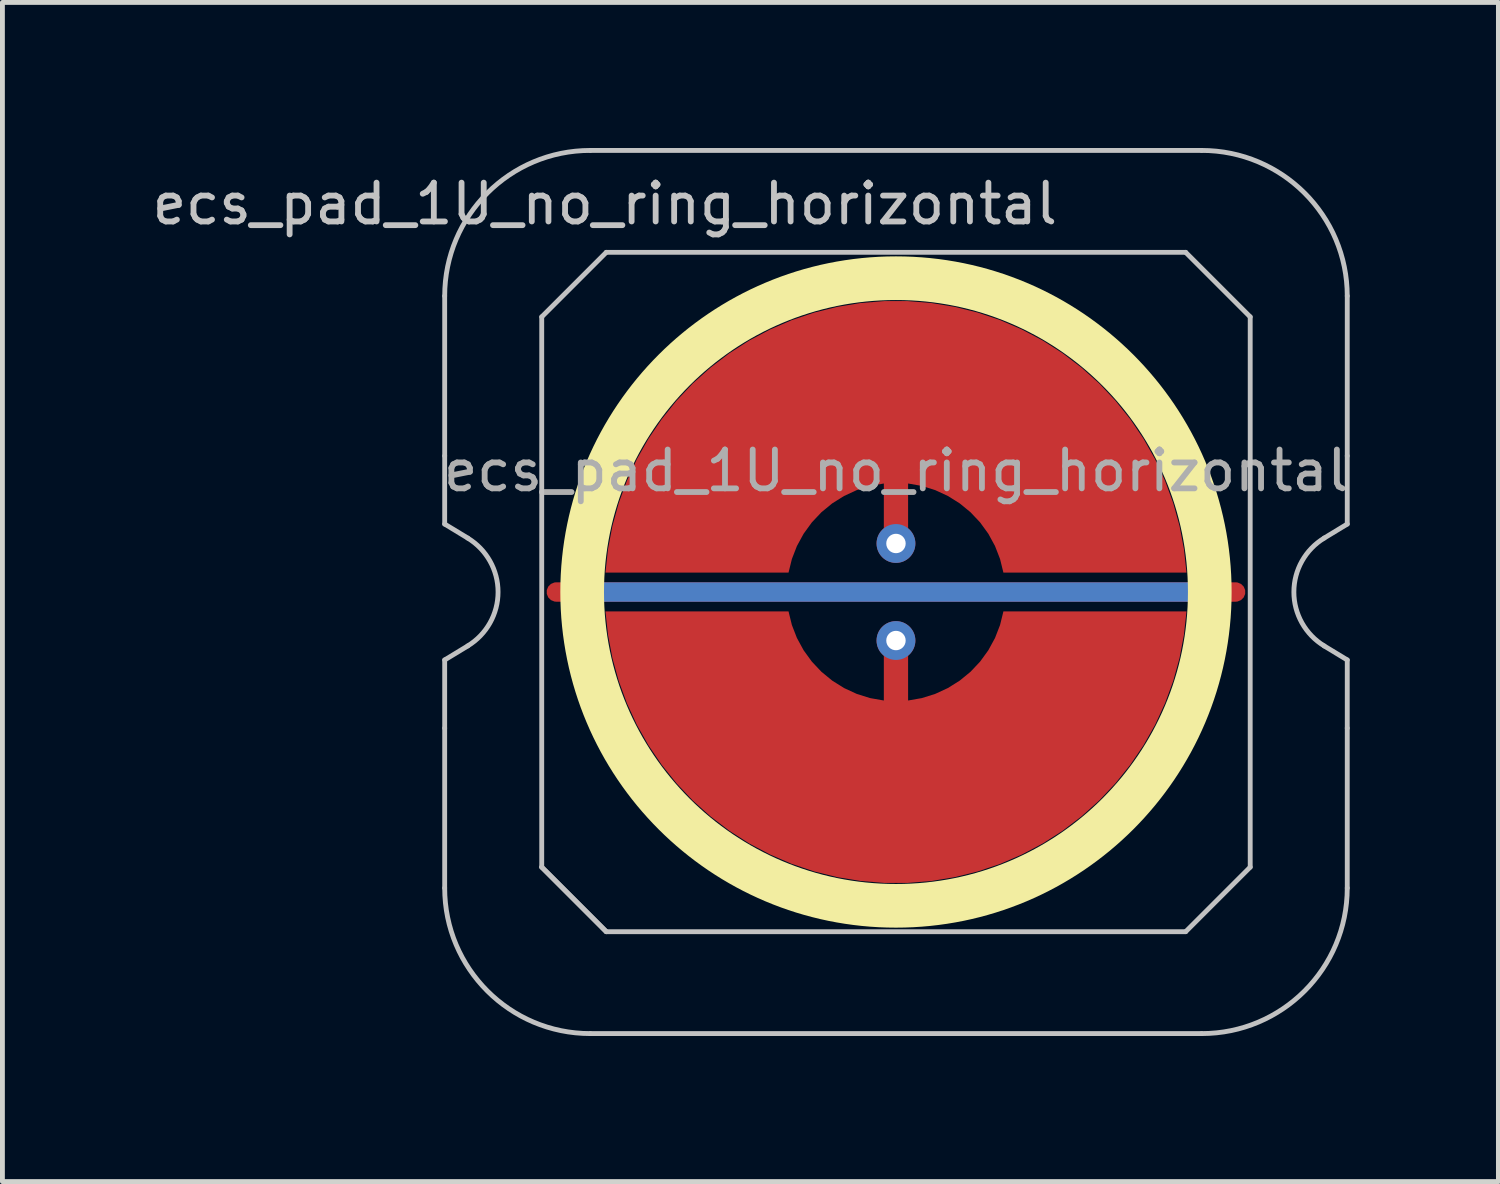
<source format=kicad_pcb>
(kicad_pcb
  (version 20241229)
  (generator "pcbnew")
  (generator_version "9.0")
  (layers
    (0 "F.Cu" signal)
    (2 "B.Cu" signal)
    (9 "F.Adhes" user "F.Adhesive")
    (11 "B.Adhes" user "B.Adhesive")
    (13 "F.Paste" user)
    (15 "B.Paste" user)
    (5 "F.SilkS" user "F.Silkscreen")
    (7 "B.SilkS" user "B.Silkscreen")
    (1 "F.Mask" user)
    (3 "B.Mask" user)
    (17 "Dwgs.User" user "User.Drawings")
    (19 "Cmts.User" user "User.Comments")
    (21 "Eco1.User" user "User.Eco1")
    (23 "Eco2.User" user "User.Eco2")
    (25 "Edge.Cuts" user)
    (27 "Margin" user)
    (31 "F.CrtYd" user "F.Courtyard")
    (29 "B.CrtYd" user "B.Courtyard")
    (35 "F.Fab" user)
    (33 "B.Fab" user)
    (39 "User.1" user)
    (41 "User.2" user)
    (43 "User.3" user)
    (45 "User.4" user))
  (footprint "ecs_pad_1U_no_ring_horizontal"
    (layer "F.Cu")
    (at 15.414 9.15)
    (property "Reference" "ecs_pad_1U_no_ring_horizontal" (at -6 -8 0) (layer "Dwgs.User") (effects (font (size 0.8 0.8) (thickness 0.12))))
    (attr smd)
    (fp_circle (center 0 0) (end 6.467 0) (stroke (width 0.9) (type solid)) (fill no) (layer "F.SilkS"))
    (fp_line (start -9.3 -2.805) (end -9.3 -6.1) (stroke (width 0.1) (type solid)) (layer "Dwgs.User"))
    (fp_line (start -9.3 -1.4) (end -9.3 -2.805) (stroke (width 0.1) (type solid)) (layer "Dwgs.User"))
    (fp_line (start -9.3 1.4) (end -8.824 1.111) (stroke (width 0.1) (type solid)) (layer "Dwgs.User"))
    (fp_line (start -9.3 2.805) (end -9.3 1.4) (stroke (width 0.1) (type solid)) (layer "Dwgs.User"))
    (fp_line (start -9.3 6.1) (end -9.3 2.805) (stroke (width 0.1) (type solid)) (layer "Dwgs.User"))
    (fp_line (start -8.824 -1.111) (end -9.3 -1.4) (stroke (width 0.1) (type solid)) (layer "Dwgs.User"))
    (fp_line (start -7.3 -5.67) (end -5.97 -7) (stroke (width 0.1) (type solid)) (layer "Dwgs.User"))
    (fp_line (start -7.3 5.67) (end -7.3 -5.67) (stroke (width 0.1) (type solid)) (layer "Dwgs.User"))
    (fp_line (start -7.3 5.67) (end -5.97 7) (stroke (width 0.1) (type solid)) (layer "Dwgs.User"))
    (fp_line (start -6.3 -9.1) (end 6.3 -9.1) (stroke (width 0.1) (type solid)) (layer "Dwgs.User"))
    (fp_line (start -5.97 -7) (end 5.97 -7) (stroke (width 0.1) (type solid)) (layer "Dwgs.User"))
    (fp_line (start -5.97 7) (end -7.3 5.67) (stroke (width 0.1) (type solid)) (layer "Dwgs.User"))
    (fp_line (start 5.97 -7) (end 7.3 -5.67) (stroke (width 0.1) (type solid)) (layer "Dwgs.User"))
    (fp_line (start 5.97 7) (end -5.97 7) (stroke (width 0.1) (type solid)) (layer "Dwgs.User"))
    (fp_line (start 6.3 9.1) (end -6.3 9.1) (stroke (width 0.1) (type solid)) (layer "Dwgs.User"))
    (fp_line (start 7.3 -5.67) (end 7.3 5.67) (stroke (width 0.1) (type solid)) (layer "Dwgs.User"))
    (fp_line (start 7.3 5.67) (end 5.97 7) (stroke (width 0.1) (type solid)) (layer "Dwgs.User"))
    (fp_line (start 8.824 1.111) (end 9.3 1.4) (stroke (width 0.1) (type solid)) (layer "Dwgs.User"))
    (fp_line (start 9.3 -6.1) (end 9.3 -2.805) (stroke (width 0.1) (type solid)) (layer "Dwgs.User"))
    (fp_line (start 9.3 -2.805) (end 9.3 -1.4) (stroke (width 0.1) (type solid)) (layer "Dwgs.User"))
    (fp_line (start 9.3 -1.4) (end 8.824 -1.111) (stroke (width 0.1) (type solid)) (layer "Dwgs.User"))
    (fp_line (start 9.3 1.4) (end 9.3 2.805) (stroke (width 0.1) (type solid)) (layer "Dwgs.User"))
    (fp_line (start 9.3 2.805) (end 9.3 6.1) (stroke (width 0.1) (type solid)) (layer "Dwgs.User"))
    (fp_arc (start -9.3 -6.1) (mid -8.42132 -8.22132) (end -6.3 -9.1) (stroke (width 0.1) (type solid)) (layer "Dwgs.User"))
    (fp_arc (start -8.824333 -1.110619) (mid -8.2 0) (end -8.824333 1.110619) (stroke (width 0.1) (type solid)) (layer "Dwgs.User"))
    (fp_arc (start -6.3 9.1) (mid -8.42132 8.22132) (end -9.3 6.1) (stroke (width 0.1) (type solid)) (layer "Dwgs.User"))
    (fp_arc (start 6.3 -9.1) (mid 8.42132 -8.22132) (end 9.3 -6.1) (stroke (width 0.1) (type solid)) (layer "Dwgs.User"))
    (fp_arc (start 8.824333 1.110619) (mid 8.2 0) (end 8.824333 -1.110619) (stroke (width 0.1) (type solid)) (layer "Dwgs.User"))
    (fp_arc (start 9.3 6.1) (mid 8.42132 8.22132) (end 6.3 9.1) (stroke (width 0.1) (type solid)) (layer "Dwgs.User"))
    (fp_text user "${REFERENCE}" (at 0 -2.5 0) (layer "F.Fab") (effects (font (size 0.8 0.8) (thickness 0.12))))
    (pad "1" smd custom (at 0 1 90) (size 0.4 0.4) (layers "F.Cu") (options (anchor circle)) (primitives (gr_poly (pts (xy 0.6 -2.214) (xy 0.32 -2.145) (xy 0.052 -2.041) (xy -0.201 -1.903) (xy -0.434 -1.734) (xy -0.644 -1.536) (xy -0.826 -1.314) (xy -0.979 -1.07) (xy -1.1 -0.808) (xy -1.186 -0.534) (xy -1.236 -0.25) (xy 0 -0.25) (xy 0.096 -0.231) (xy 0.177 -0.177) (xy 0.231 -0.096) (xy 0.25 0) (xy 0.231 0.096) (xy 0.177 0.177) (xy 0.096 0.231) (xy 0 0.25) (xy -1.236 0.25) (xy -1.186 0.534) (xy -1.1 0.808) (xy -0.979 1.07) (xy -0.826 1.314) (xy -0.644 1.536) (xy -0.434 1.734) (xy -0.201 1.903) (xy 0.052 2.041) (xy 0.32 2.145) (xy 0.6 2.214) (xy 0.6 5.987) (xy 0.115 5.934) (xy -0.364 5.843) (xy -0.834 5.713) (xy -1.292 5.545) (xy -1.735 5.341) (xy -2.159 5.101) (xy -2.563 4.827) (xy -2.943 4.522) (xy -3.298 4.187) (xy -3.623 3.824) (xy -3.919 3.436) (xy -4.182 3.025) (xy -4.41 2.594) (xy -4.603 2.147) (xy -4.759 1.684) (xy -4.876 1.211) (xy -4.955 0.73) (xy -4.995 0.244) (xy -4.995 -0.244) (xy -4.955 -0.73) (xy -4.876 -1.211) (xy -4.759 -1.684) (xy -4.603 -2.147) (xy -4.41 -2.594) (xy -4.182 -3.025) (xy -3.919 -3.436) (xy -3.623 -3.824) (xy -3.298 -4.187) (xy -2.943 -4.522) (xy -2.563 -4.827) (xy -2.159 -5.101) (xy -1.735 -5.341) (xy -1.292 -5.545) (xy -0.834 -5.713) (xy -0.364 -5.843) (xy 0.115 -5.934) (xy 0.6 -5.987)) (width 0) (fill yes))))
    (pad "1" thru_hole circle (at 0 1 90) (size 0.8 0.8) (drill 0.4) (layers "*.Cu"))
    (pad "2" smd custom (at 0 -1 270) (size 0.4 0.4) (layers "F.Cu") (options (anchor circle)) (primitives (gr_poly (pts (xy 0.6 -2.214) (xy 0.32 -2.145) (xy 0.052 -2.041) (xy -0.201 -1.903) (xy -0.434 -1.734) (xy -0.644 -1.536) (xy -0.826 -1.314) (xy -0.979 -1.07) (xy -1.1 -0.808) (xy -1.186 -0.534) (xy -1.236 -0.25) (xy 0 -0.25) (xy 0.096 -0.231) (xy 0.177 -0.177) (xy 0.231 -0.096) (xy 0.25 0) (xy 0.231 0.096) (xy 0.177 0.177) (xy 0.096 0.231) (xy 0 0.25) (xy -1.236 0.25) (xy -1.186 0.534) (xy -1.1 0.808) (xy -0.979 1.07) (xy -0.826 1.314) (xy -0.644 1.536) (xy -0.434 1.734) (xy -0.201 1.903) (xy 0.052 2.041) (xy 0.32 2.145) (xy 0.6 2.214) (xy 0.6 5.987) (xy 0.115 5.934) (xy -0.364 5.843) (xy -0.834 5.713) (xy -1.292 5.545) (xy -1.735 5.341) (xy -2.159 5.101) (xy -2.563 4.827) (xy -2.943 4.522) (xy -3.298 4.187) (xy -3.623 3.824) (xy -3.919 3.436) (xy -4.182 3.025) (xy -4.41 2.594) (xy -4.603 2.147) (xy -4.759 1.684) (xy -4.876 1.211) (xy -4.955 0.73) (xy -4.995 0.244) (xy -4.995 -0.244) (xy -4.955 -0.73) (xy -4.876 -1.211) (xy -4.759 -1.684) (xy -4.603 -2.147) (xy -4.41 -2.594) (xy -4.182 -3.025) (xy -3.919 -3.436) (xy -3.623 -3.824) (xy -3.298 -4.187) (xy -2.943 -4.522) (xy -2.563 -4.827) (xy -2.159 -5.101) (xy -1.735 -5.341) (xy -1.292 -5.545) (xy -0.834 -5.713) (xy -0.364 -5.843) (xy 0.115 -5.934) (xy 0.6 -5.987)) (width 0) (fill yes))))
    (pad "2" thru_hole circle (at 0 -1 90) (size 0.8 0.8) (drill 0.4) (layers "*.Cu"))
    (pad "3" smd custom (at 0 0 90) (size 0.4 0.4) (layers "F.Cu") (options (anchor rect)) (primitives (gr_line (start 0 -7) (end 0 7) (width 0.4))))
    (pad "3" smd custom (at 0 0 90) (size 0.4 0.4) (layers "B.Cu") (options (anchor rect)) (primitives (gr_line (start 0 -6.5) (end 0 6.5) (width 0.4))))
    (zone (net_name "") (layer "F.Cu") (hatch edge 0.508) (connect_pads) (min_thickness 0.254) (filled_areas_thickness no) (keepout (tracks allowed) (vias allowed) (pads allowed) (copperpour not_allowed) (footprints allowed)) (placement (enabled no)) (fill) (polygon (pts (xy 22.419 9.15) (xy 22.4 8.637) (xy 22.344 8.127) (xy 22.25 7.622) (xy 22.12 7.125) (xy 21.954 6.64) (xy 21.753 6.167) (xy 21.517 5.711) (xy 21.249 5.274) (xy 20.949 4.857) (xy 20.62 4.463) (xy 20.263 4.094) (xy 19.879 3.753) (xy 19.472 3.44) (xy 19.043 3.158) (xy 18.594 2.909) (xy 18.129 2.692) (xy 17.649 2.511) (xy 17.156 2.365) (xy 16.655 2.256) (xy 16.146 2.183) (xy 15.634 2.149) (xy 15.121 2.151) (xy 14.609 2.192) (xy 14.102 2.269) (xy 13.601 2.384) (xy 13.111 2.535) (xy 12.632 2.721) (xy 12.169 2.942) (xy 11.723 3.197) (xy 11.297 3.483) (xy 10.893 3.8) (xy 10.513 4.145) (xy 10.16 4.518) (xy 9.835 4.915) (xy 9.539 5.335) (xy 9.276 5.775) (xy 9.045 6.234) (xy 8.849 6.708) (xy 8.688 7.196) (xy 8.562 7.694) (xy 8.474 8.199) (xy 8.423 8.71) (xy 8.41 9.223) (xy 8.434 9.736) (xy 8.496 10.246) (xy 8.594 10.75) (xy 8.73 11.245) (xy 8.901 11.729) (xy 9.108 12.199) (xy 9.348 12.652) (xy 9.621 13.087) (xy 9.925 13.501) (xy 10.258 13.891) (xy 10.619 14.256) (xy 11.006 14.594) (xy 11.416 14.902) (xy 11.849 15.179) (xy 12.3 15.424) (xy 12.768 15.636) (xy 13.25 15.812) (xy 13.743 15.953) (xy 14.246 16.057) (xy 14.755 16.124) (xy 15.268 16.153) (xy 15.781 16.145) (xy 16.292 16.1) (xy 16.799 16.017) (xy 17.298 15.897) (xy 17.787 15.741) (xy 18.263 15.549) (xy 18.724 15.323) (xy 19.168 15.064) (xy 19.591 14.774) (xy 19.991 14.453) (xy 20.368 14.103) (xy 20.717 13.727) (xy 21.038 13.326) (xy 21.329 12.903) (xy 21.588 12.46) (xy 21.814 11.999) (xy 22.005 11.523) (xy 22.161 11.034) (xy 22.281 10.535) (xy 22.364 10.028) (xy 22.41 9.517))))
    (zone (net_name "") (layer "B.Cu") (hatch edge 0.508) (connect_pads) (min_thickness 0.254) (filled_areas_thickness no) (keepout (tracks allowed) (vias allowed) (pads allowed) (copperpour not_allowed) (footprints allowed)) (placement (enabled no)) (fill) (polygon (pts (xy 21.973 9.15) (xy 21.952 8.635) (xy 21.892 8.124) (xy 21.791 7.619) (xy 21.652 7.123) (xy 21.473 6.64) (xy 21.258 6.173) (xy 21.006 5.723) (xy 20.72 5.295) (xy 20.401 4.891) (xy 20.052 4.513) (xy 19.674 4.163) (xy 19.269 3.844) (xy 18.841 3.558) (xy 18.392 3.307) (xy 17.924 3.091) (xy 17.441 2.913) (xy 16.945 2.773) (xy 16.44 2.672) (xy 15.929 2.612) (xy 15.414 2.592) (xy 14.9 2.612) (xy 14.388 2.672) (xy 13.883 2.773) (xy 13.388 2.913) (xy 12.905 3.091) (xy 12.437 3.307) (xy 11.988 3.558) (xy 11.559 3.844) (xy 11.155 4.163) (xy 10.777 4.513) (xy 10.427 4.891) (xy 10.109 5.295) (xy 9.822 5.723) (xy 9.571 6.173) (xy 9.355 6.64) (xy 9.177 7.123) (xy 9.037 7.619) (xy 8.937 8.124) (xy 8.876 8.635) (xy 8.856 9.15) (xy 8.876 9.665) (xy 8.937 10.176) (xy 9.037 10.681) (xy 9.177 11.177) (xy 9.355 11.66) (xy 9.571 12.127) (xy 9.822 12.577) (xy 10.109 13.005) (xy 10.427 13.409) (xy 10.777 13.787) (xy 11.155 14.137) (xy 11.559 14.456) (xy 11.988 14.742) (xy 12.437 14.993) (xy 12.905 15.209) (xy 13.388 15.387) (xy 13.883 15.527) (xy 14.388 15.628) (xy 14.9 15.688) (xy 15.414 15.708) (xy 15.929 15.688) (xy 16.44 15.628) (xy 16.945 15.527) (xy 17.441 15.387) (xy 17.924 15.209) (xy 18.392 14.993) (xy 18.841 14.742) (xy 19.269 14.456) (xy 19.674 14.137) (xy 20.052 13.787) (xy 20.401 13.409) (xy 20.72 13.005) (xy 21.006 12.577) (xy 21.258 12.127) (xy 21.473 11.66) (xy 21.652 11.177) (xy 21.791 10.681) (xy 21.892 10.176) (xy 21.952 9.665)))))
  (gr_rect
    (start -3 -3)
    (end 27.829 21.3)
    (stroke (width 0.1) (type default))
    (fill no)
    (layer "Edge.Cuts")))
</source>
